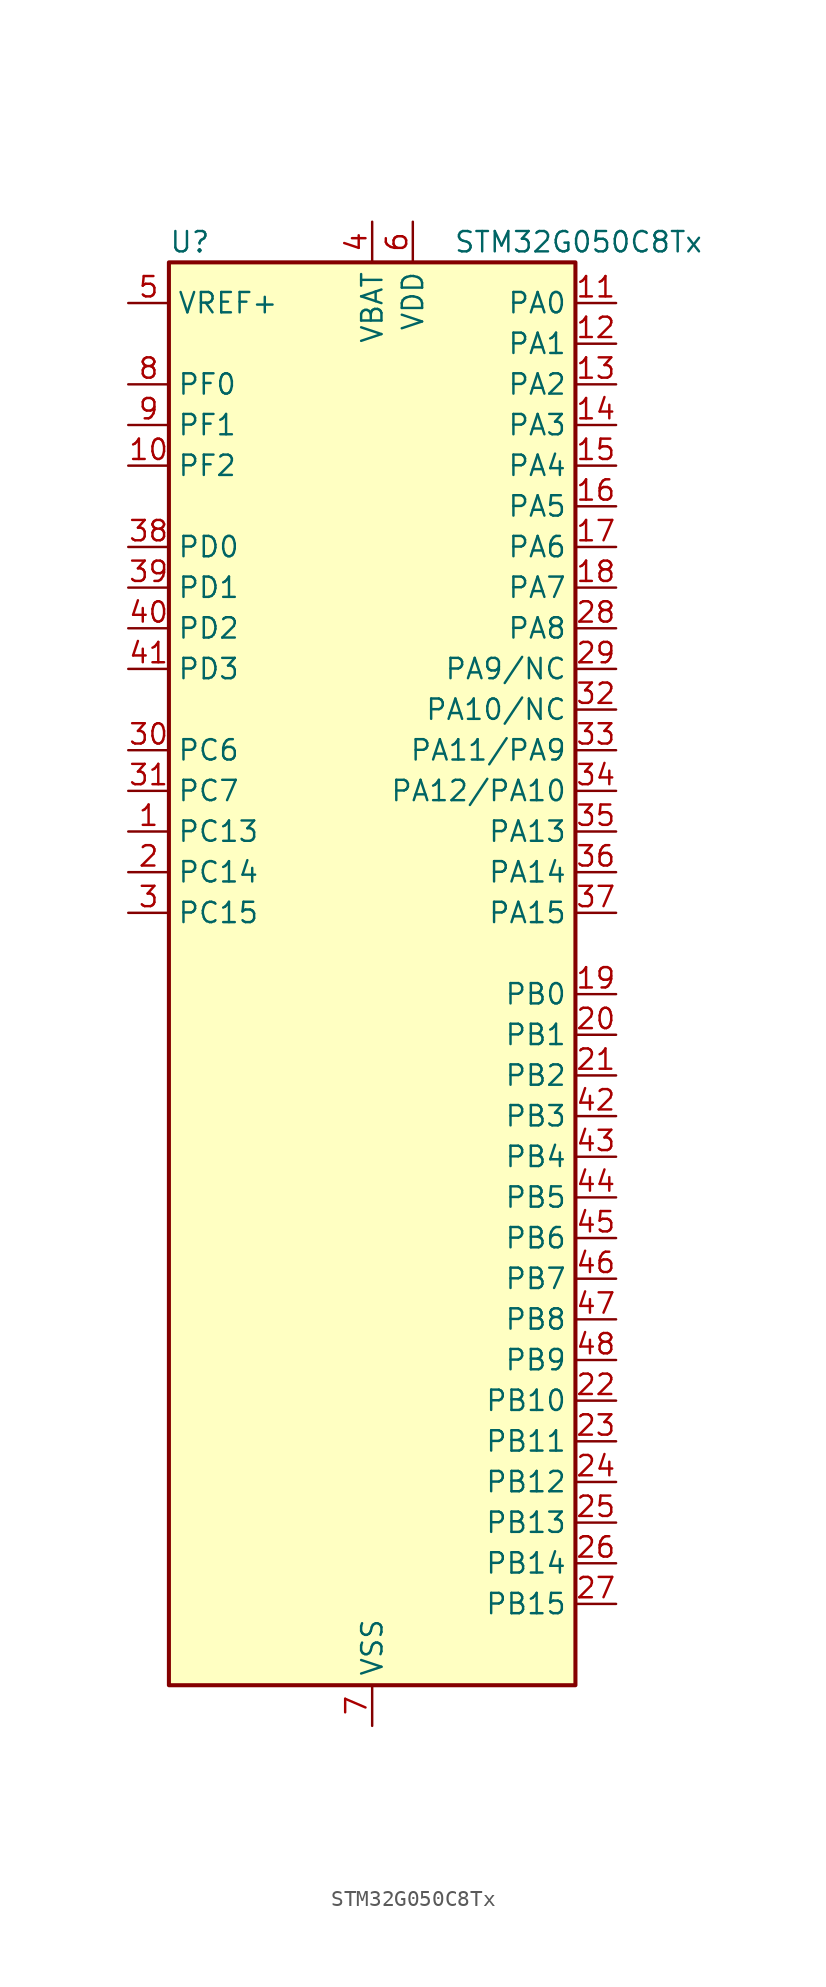
<source format=kicad_sym>
(kicad_symbol_lib
  (version 20220914)
  (generator kicad_symbol_editor)
  (symbol "STM32G050C8Tx"
    (property "Reference" "U"
      (at -12.7 46.99 0)
      (effects (font (size 1.27 1.27)) (justify left)))
    (property "Value" "STM32G050C8Tx"
      (at 5.08 46.99 0)
      (effects (font (size 1.27 1.27)) (justify left)))
    (property "ki_locked" ""
      (at 0 0 0)
      (effects (font (size 1.27 1.27))))
    (symbol "STM32G050C8Tx_0_1"
      (rectangle (start -12.7 -43.18) (end 12.7 45.72) (stroke (width 0.254) (type default)) (fill (type background))))
    (symbol "STM32G050C8Tx_1_1"
      (pin bidirectional line (at -15.24 10.16 0) (length 2.54) (name "PC13" (effects (font (size 1.27 1.27)))) (number "1" (effects (font (size 1.27 1.27)))) (alternate "RTC_OUT1" bidirectional line) (alternate "RTC_TAMP_IN1" bidirectional line) (alternate "RTC_TS" bidirectional line) (alternate "SYS_WKUP2" bidirectional line) (alternate "TIM1_BK" bidirectional line))
      (pin bidirectional line (at -15.24 33.02 0) (length 2.54) (name "PF2" (effects (font (size 1.27 1.27)))) (number "10" (effects (font (size 1.27 1.27)))) (alternate "RCC_MCO" bidirectional line))
      (pin bidirectional line (at 15.24 43.18 180) (length 2.54) (name "PA0" (effects (font (size 1.27 1.27)))) (number "11" (effects (font (size 1.27 1.27)))) (alternate "ADC1_IN0" bidirectional line) (alternate "RTC_TAMP_IN2" bidirectional line) (alternate "SPI2_SCK" bidirectional line) (alternate "SYS_WKUP1" bidirectional line) (alternate "USART2_CTS" bidirectional line) (alternate "USART2_NSS" bidirectional line))
      (pin bidirectional line (at 15.24 40.64 180) (length 2.54) (name "PA1" (effects (font (size 1.27 1.27)))) (number "12" (effects (font (size 1.27 1.27)))) (alternate "ADC1_IN1" bidirectional line) (alternate "I2C1_SMBA" bidirectional line) (alternate "I2S1_CK" bidirectional line) (alternate "SPI1_SCK" bidirectional line) (alternate "TIM15_CH1N" bidirectional line) (alternate "USART2_CK" bidirectional line) (alternate "USART2_DE" bidirectional line) (alternate "USART2_RTS" bidirectional line))
      (pin bidirectional line (at 15.24 38.1 180) (length 2.54) (name "PA2" (effects (font (size 1.27 1.27)))) (number "13" (effects (font (size 1.27 1.27)))) (alternate "ADC1_IN2" bidirectional line) (alternate "I2S1_SD" bidirectional line) (alternate "RCC_LSCO" bidirectional line) (alternate "SPI1_MOSI" bidirectional line) (alternate "SYS_WKUP4" bidirectional line) (alternate "TIM15_CH1" bidirectional line) (alternate "USART2_TX" bidirectional line))
      (pin bidirectional line (at 15.24 35.56 180) (length 2.54) (name "PA3" (effects (font (size 1.27 1.27)))) (number "14" (effects (font (size 1.27 1.27)))) (alternate "ADC1_IN3" bidirectional line) (alternate "SPI2_MISO" bidirectional line) (alternate "TIM15_CH2" bidirectional line) (alternate "USART2_RX" bidirectional line))
      (pin bidirectional line (at 15.24 33.02 180) (length 2.54) (name "PA4" (effects (font (size 1.27 1.27)))) (number "15" (effects (font (size 1.27 1.27)))) (alternate "ADC1_IN4" bidirectional line) (alternate "I2S1_WS" bidirectional line) (alternate "RTC_OUT2" bidirectional line) (alternate "SPI1_NSS" bidirectional line) (alternate "SPI2_MOSI" bidirectional line) (alternate "TIM14_CH1" bidirectional line))
      (pin bidirectional line (at 15.24 30.48 180) (length 2.54) (name "PA5" (effects (font (size 1.27 1.27)))) (number "16" (effects (font (size 1.27 1.27)))) (alternate "ADC1_IN5" bidirectional line) (alternate "I2S1_CK" bidirectional line) (alternate "SPI1_SCK" bidirectional line))
      (pin bidirectional line (at 15.24 27.94 180) (length 2.54) (name "PA6" (effects (font (size 1.27 1.27)))) (number "17" (effects (font (size 1.27 1.27)))) (alternate "ADC1_IN6" bidirectional line) (alternate "I2S1_MCK" bidirectional line) (alternate "SPI1_MISO" bidirectional line) (alternate "TIM16_CH1" bidirectional line) (alternate "TIM1_BK" bidirectional line) (alternate "TIM3_CH1" bidirectional line))
      (pin bidirectional line (at 15.24 25.4 180) (length 2.54) (name "PA7" (effects (font (size 1.27 1.27)))) (number "18" (effects (font (size 1.27 1.27)))) (alternate "ADC1_IN7" bidirectional line) (alternate "I2S1_SD" bidirectional line) (alternate "SPI1_MOSI" bidirectional line) (alternate "TIM14_CH1" bidirectional line) (alternate "TIM17_CH1" bidirectional line) (alternate "TIM1_CH1N" bidirectional line) (alternate "TIM3_CH2" bidirectional line))
      (pin bidirectional line (at 15.24 0 180) (length 2.54) (name "PB0" (effects (font (size 1.27 1.27)))) (number "19" (effects (font (size 1.27 1.27)))) (alternate "ADC1_IN8" bidirectional line) (alternate "I2S1_WS" bidirectional line) (alternate "SPI1_NSS" bidirectional line) (alternate "TIM1_CH2N" bidirectional line) (alternate "TIM3_CH3" bidirectional line))
      (pin bidirectional line (at -15.24 7.62 0) (length 2.54) (name "PC14" (effects (font (size 1.27 1.27)))) (number "2" (effects (font (size 1.27 1.27)))) (alternate "RCC_OSC32_IN" bidirectional line) (alternate "TIM1_BK2" bidirectional line))
      (pin bidirectional line (at 15.24 -2.54 180) (length 2.54) (name "PB1" (effects (font (size 1.27 1.27)))) (number "20" (effects (font (size 1.27 1.27)))) (alternate "ADC1_IN9" bidirectional line) (alternate "TIM14_CH1" bidirectional line) (alternate "TIM1_CH3N" bidirectional line) (alternate "TIM3_CH4" bidirectional line))
      (pin bidirectional line (at 15.24 -5.08 180) (length 2.54) (name "PB2" (effects (font (size 1.27 1.27)))) (number "21" (effects (font (size 1.27 1.27)))) (alternate "ADC1_IN10" bidirectional line) (alternate "SPI2_MISO" bidirectional line))
      (pin bidirectional line (at 15.24 -25.4 180) (length 2.54) (name "PB10" (effects (font (size 1.27 1.27)))) (number "22" (effects (font (size 1.27 1.27)))) (alternate "ADC1_IN11" bidirectional line) (alternate "I2C2_SCL" bidirectional line) (alternate "SPI2_SCK" bidirectional line))
      (pin bidirectional line (at 15.24 -27.94 180) (length 2.54) (name "PB11" (effects (font (size 1.27 1.27)))) (number "23" (effects (font (size 1.27 1.27)))) (alternate "ADC1_EXTI11" bidirectional line) (alternate "ADC1_IN15" bidirectional line) (alternate "I2C2_SDA" bidirectional line) (alternate "SPI2_MOSI" bidirectional line))
      (pin bidirectional line (at 15.24 -30.48 180) (length 2.54) (name "PB12" (effects (font (size 1.27 1.27)))) (number "24" (effects (font (size 1.27 1.27)))) (alternate "ADC1_IN16" bidirectional line) (alternate "SPI2_NSS" bidirectional line) (alternate "TIM15_BK" bidirectional line) (alternate "TIM1_BK" bidirectional line))
      (pin bidirectional line (at 15.24 -33.02 180) (length 2.54) (name "PB13" (effects (font (size 1.27 1.27)))) (number "25" (effects (font (size 1.27 1.27)))) (alternate "I2C2_SCL" bidirectional line) (alternate "SPI2_SCK" bidirectional line) (alternate "TIM15_CH1N" bidirectional line) (alternate "TIM1_CH1N" bidirectional line))
      (pin bidirectional line (at 15.24 -35.56 180) (length 2.54) (name "PB14" (effects (font (size 1.27 1.27)))) (number "26" (effects (font (size 1.27 1.27)))) (alternate "I2C2_SDA" bidirectional line) (alternate "SPI2_MISO" bidirectional line) (alternate "TIM15_CH1" bidirectional line) (alternate "TIM1_CH2N" bidirectional line))
      (pin bidirectional line (at 15.24 -38.1 180) (length 2.54) (name "PB15" (effects (font (size 1.27 1.27)))) (number "27" (effects (font (size 1.27 1.27)))) (alternate "RTC_REFIN" bidirectional line) (alternate "SPI2_MOSI" bidirectional line) (alternate "TIM15_CH1N" bidirectional line) (alternate "TIM15_CH2" bidirectional line) (alternate "TIM1_CH3N" bidirectional line))
      (pin bidirectional line (at 15.24 22.86 180) (length 2.54) (name "PA8" (effects (font (size 1.27 1.27)))) (number "28" (effects (font (size 1.27 1.27)))) (alternate "RCC_MCO" bidirectional line) (alternate "SPI2_NSS" bidirectional line) (alternate "TIM1_CH1" bidirectional line))
      (pin bidirectional line (at 15.24 20.32 180) (length 2.54) (name "PA9/NC" (effects (font (size 1.27 1.27)))) (number "29" (effects (font (size 1.27 1.27)))) (alternate "I2C1_SCL" bidirectional line) (alternate "RCC_MCO" bidirectional line) (alternate "SPI2_MISO" bidirectional line) (alternate "TIM15_BK" bidirectional line) (alternate "TIM1_CH2" bidirectional line) (alternate "USART1_TX" bidirectional line))
      (pin bidirectional line (at -15.24 5.08 0) (length 2.54) (name "PC15" (effects (font (size 1.27 1.27)))) (number "3" (effects (font (size 1.27 1.27)))) (alternate "RCC_OSC32_EN" bidirectional line) (alternate "RCC_OSC32_OUT" bidirectional line) (alternate "RCC_OSC_EN" bidirectional line) (alternate "TIM15_BK" bidirectional line))
      (pin bidirectional line (at -15.24 15.24 0) (length 2.54) (name "PC6" (effects (font (size 1.27 1.27)))) (number "30" (effects (font (size 1.27 1.27)))) (alternate "TIM3_CH1" bidirectional line))
      (pin bidirectional line (at -15.24 12.7 0) (length 2.54) (name "PC7" (effects (font (size 1.27 1.27)))) (number "31" (effects (font (size 1.27 1.27)))) (alternate "TIM3_CH2" bidirectional line))
      (pin bidirectional line (at 15.24 17.78 180) (length 2.54) (name "PA10/NC" (effects (font (size 1.27 1.27)))) (number "32" (effects (font (size 1.27 1.27)))) (alternate "I2C1_SDA" bidirectional line) (alternate "SPI2_MOSI" bidirectional line) (alternate "TIM17_BK" bidirectional line) (alternate "TIM1_CH3" bidirectional line) (alternate "USART1_RX" bidirectional line))
      (pin bidirectional line (at 15.24 15.24 180) (length 2.54) (name "PA11/PA9" (effects (font (size 1.27 1.27)))) (number "33" (effects (font (size 1.27 1.27)))) (alternate "ADC1_EXTI11" bidirectional line) (alternate "I2C2_SCL" bidirectional line) (alternate "I2S1_MCK" bidirectional line) (alternate "SPI1_MISO" bidirectional line) (alternate "TIM1_BK2" bidirectional line) (alternate "TIM1_CH4" bidirectional line) (alternate "USART1_CTS" bidirectional line) (alternate "USART1_NSS" bidirectional line))
      (pin bidirectional line (at 15.24 12.7 180) (length 2.54) (name "PA12/PA10" (effects (font (size 1.27 1.27)))) (number "34" (effects (font (size 1.27 1.27)))) (alternate "I2C2_SDA" bidirectional line) (alternate "I2S1_SD" bidirectional line) (alternate "I2S_CKIN" bidirectional line) (alternate "SPI1_MOSI" bidirectional line) (alternate "TIM1_ETR" bidirectional line) (alternate "USART1_CK" bidirectional line) (alternate "USART1_DE" bidirectional line) (alternate "USART1_RTS" bidirectional line))
      (pin bidirectional line (at 15.24 10.16 180) (length 2.54) (name "PA13" (effects (font (size 1.27 1.27)))) (number "35" (effects (font (size 1.27 1.27)))) (alternate "ADC1_IN17" bidirectional line) (alternate "IR_OUT" bidirectional line) (alternate "SYS_SWDIO" bidirectional line))
      (pin bidirectional line (at 15.24 7.62 180) (length 2.54) (name "PA14" (effects (font (size 1.27 1.27)))) (number "36" (effects (font (size 1.27 1.27)))) (alternate "ADC1_IN18" bidirectional line) (alternate "SYS_SWCLK" bidirectional line) (alternate "USART2_TX" bidirectional line))
      (pin bidirectional line (at 15.24 5.08 180) (length 2.54) (name "PA15" (effects (font (size 1.27 1.27)))) (number "37" (effects (font (size 1.27 1.27)))) (alternate "I2S1_WS" bidirectional line) (alternate "SPI1_NSS" bidirectional line) (alternate "USART2_RX" bidirectional line))
      (pin bidirectional line (at -15.24 27.94 0) (length 2.54) (name "PD0" (effects (font (size 1.27 1.27)))) (number "38" (effects (font (size 1.27 1.27)))) (alternate "SPI2_NSS" bidirectional line) (alternate "TIM16_CH1" bidirectional line))
      (pin bidirectional line (at -15.24 25.4 0) (length 2.54) (name "PD1" (effects (font (size 1.27 1.27)))) (number "39" (effects (font (size 1.27 1.27)))) (alternate "SPI2_SCK" bidirectional line) (alternate "TIM17_CH1" bidirectional line))
      (pin power_in line (at 0 48.26 270) (length 2.54) (name "VBAT" (effects (font (size 1.27 1.27)))) (number "4" (effects (font (size 1.27 1.27)))))
      (pin bidirectional line (at -15.24 22.86 0) (length 2.54) (name "PD2" (effects (font (size 1.27 1.27)))) (number "40" (effects (font (size 1.27 1.27)))) (alternate "TIM1_CH1N" bidirectional line) (alternate "TIM3_ETR" bidirectional line))
      (pin bidirectional line (at -15.24 20.32 0) (length 2.54) (name "PD3" (effects (font (size 1.27 1.27)))) (number "41" (effects (font (size 1.27 1.27)))) (alternate "SPI2_MISO" bidirectional line) (alternate "TIM1_CH2N" bidirectional line) (alternate "USART2_CTS" bidirectional line) (alternate "USART2_NSS" bidirectional line))
      (pin bidirectional line (at 15.24 -7.62 180) (length 2.54) (name "PB3" (effects (font (size 1.27 1.27)))) (number "42" (effects (font (size 1.27 1.27)))) (alternate "I2S1_CK" bidirectional line) (alternate "SPI1_SCK" bidirectional line) (alternate "TIM1_CH2" bidirectional line) (alternate "USART1_CK" bidirectional line) (alternate "USART1_DE" bidirectional line) (alternate "USART1_RTS" bidirectional line))
      (pin bidirectional line (at 15.24 -10.16 180) (length 2.54) (name "PB4" (effects (font (size 1.27 1.27)))) (number "43" (effects (font (size 1.27 1.27)))) (alternate "I2S1_MCK" bidirectional line) (alternate "SPI1_MISO" bidirectional line) (alternate "TIM17_BK" bidirectional line) (alternate "TIM3_CH1" bidirectional line) (alternate "USART1_CTS" bidirectional line) (alternate "USART1_NSS" bidirectional line))
      (pin bidirectional line (at 15.24 -12.7 180) (length 2.54) (name "PB5" (effects (font (size 1.27 1.27)))) (number "44" (effects (font (size 1.27 1.27)))) (alternate "I2C1_SMBA" bidirectional line) (alternate "I2S1_SD" bidirectional line) (alternate "SPI1_MOSI" bidirectional line) (alternate "SYS_WKUP6" bidirectional line) (alternate "TIM16_BK" bidirectional line) (alternate "TIM3_CH2" bidirectional line))
      (pin bidirectional line (at 15.24 -15.24 180) (length 2.54) (name "PB6" (effects (font (size 1.27 1.27)))) (number "45" (effects (font (size 1.27 1.27)))) (alternate "I2C1_SCL" bidirectional line) (alternate "SPI2_MISO" bidirectional line) (alternate "TIM16_CH1N" bidirectional line) (alternate "TIM1_CH3" bidirectional line) (alternate "USART1_TX" bidirectional line))
      (pin bidirectional line (at 15.24 -17.78 180) (length 2.54) (name "PB7" (effects (font (size 1.27 1.27)))) (number "46" (effects (font (size 1.27 1.27)))) (alternate "I2C1_SDA" bidirectional line) (alternate "SPI2_MOSI" bidirectional line) (alternate "SYS_PVD_IN" bidirectional line) (alternate "TIM17_CH1N" bidirectional line) (alternate "USART1_RX" bidirectional line))
      (pin bidirectional line (at 15.24 -20.32 180) (length 2.54) (name "PB8" (effects (font (size 1.27 1.27)))) (number "47" (effects (font (size 1.27 1.27)))) (alternate "I2C1_SCL" bidirectional line) (alternate "SPI2_SCK" bidirectional line) (alternate "TIM15_BK" bidirectional line) (alternate "TIM16_CH1" bidirectional line))
      (pin bidirectional line (at 15.24 -22.86 180) (length 2.54) (name "PB9" (effects (font (size 1.27 1.27)))) (number "48" (effects (font (size 1.27 1.27)))) (alternate "I2C1_SDA" bidirectional line) (alternate "IR_OUT" bidirectional line) (alternate "SPI2_NSS" bidirectional line) (alternate "TIM17_CH1" bidirectional line))
      (pin input line (at -15.24 43.18 0) (length 2.54) (name "VREF+" (effects (font (size 1.27 1.27)))) (number "5" (effects (font (size 1.27 1.27)))) (alternate "VREFBUF_OUT" bidirectional line))
      (pin power_in line (at 2.54 48.26 270) (length 2.54) (name "VDD" (effects (font (size 1.27 1.27)))) (number "6" (effects (font (size 1.27 1.27)))))
      (pin power_in line (at 0 -45.72 90) (length 2.54) (name "VSS" (effects (font (size 1.27 1.27)))) (number "7" (effects (font (size 1.27 1.27)))))
      (pin bidirectional line (at -15.24 38.1 0) (length 2.54) (name "PF0" (effects (font (size 1.27 1.27)))) (number "8" (effects (font (size 1.27 1.27)))) (alternate "RCC_OSC_IN" bidirectional line) (alternate "TIM14_CH1" bidirectional line))
      (pin bidirectional line (at -15.24 35.56 0) (length 2.54) (name "PF1" (effects (font (size 1.27 1.27)))) (number "9" (effects (font (size 1.27 1.27)))) (alternate "RCC_OSC_EN" bidirectional line) (alternate "RCC_OSC_OUT" bidirectional line) (alternate "TIM15_CH1N" bidirectional line)))))
</source>
